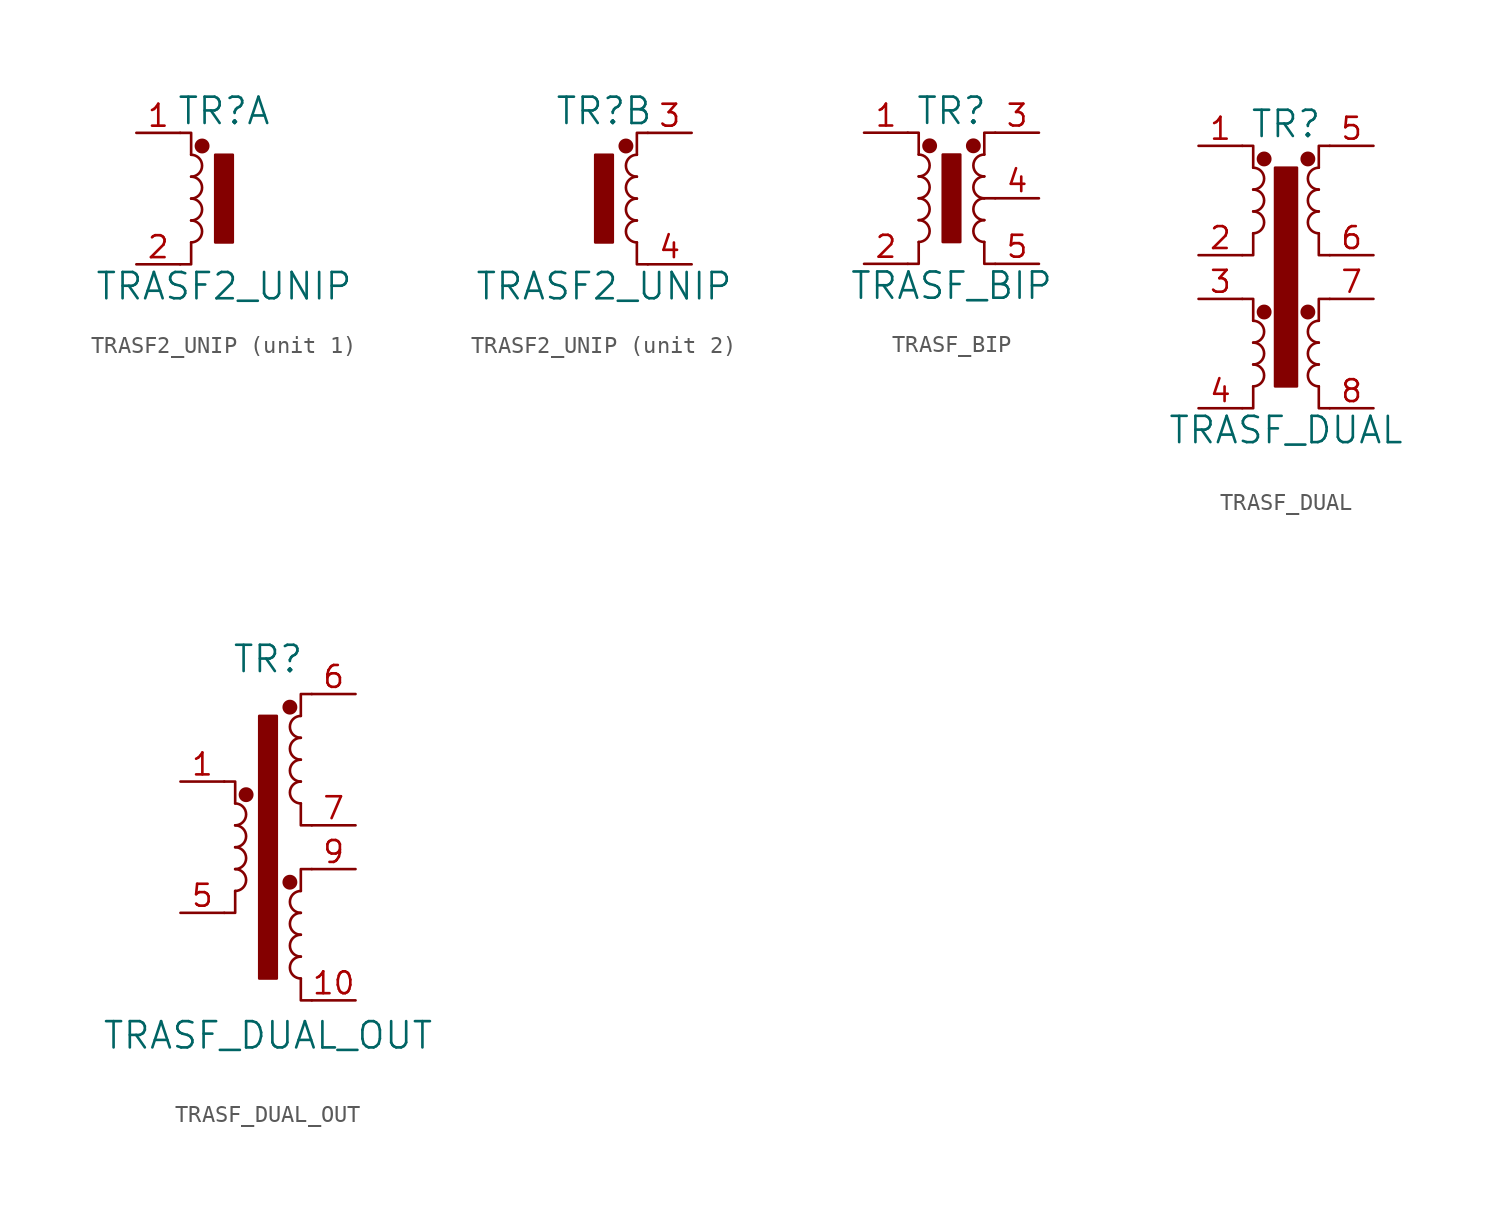
<source format=kicad_sym>
(kicad_symbol_lib
  (version 20220914)
  (generator kicad_symbol_editor)
  (symbol "TRASF2_UNIP"
    (pin_names
      (offset 1.016))
    (property "Reference" "TR"
      (at 0 5.08 0)
      (effects (font (size 1.524 1.524))))
    (property "Value" "TRASF2_UNIP"
      (at 0 -5.08 0)
      (effects (font (size 1.524 1.524))))
    (property "Footprint" ""
      (at 0 0 0)
      (effects (font (size 1.524 1.524))))
    (property "Datasheet" ""
      (at 0 0 0)
      (effects (font (size 1.524 1.524))))
    (property "ki_locked" ""
      (at 0 0 0)
      (effects (font (size 1.27 1.27))))
    (symbol "TRASF2_UNIP_0_1"
      (rectangle (start -0.508 2.54) (end 0.508 -2.54) (stroke (width 0) (type solid)) (fill (type outline))))
    (symbol "TRASF2_UNIP_1_1"
      (arc (start -1.905 -2.54) (mid -1.2727 -1.905) (end -1.905 -1.27) (stroke (width 0) (type solid)) (fill (type none)))
      (arc (start -1.905 -1.27) (mid -1.2727 -0.635) (end -1.905 0) (stroke (width 0) (type solid)) (fill (type none)))
      (arc (start -1.905 0) (mid -1.2727 0.635) (end -1.905 1.27) (stroke (width 0) (type solid)) (fill (type none)))
      (arc (start -1.905 1.27) (mid -1.2727 1.905) (end -1.905 2.54) (stroke (width 0) (type solid)) (fill (type none)))
      (circle (center -1.27 3.048) (radius 0.356) (stroke (width 0) (type solid)) (fill (type outline)))
      (polyline (pts (xy -1.905 -2.54) (xy -1.905 -3.81) (xy -2.54 -3.81) (xy -2.54 -3.81)) (stroke (width 0) (type solid)) (fill (type none)))
      (polyline (pts (xy -1.905 2.54) (xy -1.905 3.81) (xy -2.54 3.81) (xy -2.54 3.81)) (stroke (width 0) (type solid)) (fill (type none)))
      (pin input line (at -5.08 3.81 0) (length 2.54) (name "~" (effects (font (size 1.27 1.27)))) (number "1" (effects (font (size 1.27 1.27)))))
      (pin input line (at -5.08 -3.81 0) (length 2.54) (name "~" (effects (font (size 1.27 1.27)))) (number "2" (effects (font (size 1.27 1.27))))))
    (symbol "TRASF2_UNIP_2_1"
      (polyline (pts (xy 1.905 -2.54) (xy 1.905 -3.81) (xy 2.54 -3.81) (xy 2.54 -3.81)) (stroke (width 0) (type solid)) (fill (type none)))
      (polyline (pts (xy 1.905 2.54) (xy 1.905 3.81) (xy 2.54 3.81) (xy 2.54 3.81)) (stroke (width 0) (type solid)) (fill (type none)))
      (circle (center 1.27 3.048) (radius 0.356) (stroke (width 0) (type solid)) (fill (type outline)))
      (arc (start 1.905 -1.27) (mid 1.2727 -1.905) (end 1.905 -2.54) (stroke (width 0) (type solid)) (fill (type none)))
      (arc (start 1.905 0) (mid 1.2727 -0.635) (end 1.905 -1.27) (stroke (width 0) (type solid)) (fill (type none)))
      (arc (start 1.905 1.27) (mid 1.2727 0.635) (end 1.905 0) (stroke (width 0) (type solid)) (fill (type none)))
      (arc (start 1.905 2.54) (mid 1.2727 1.905) (end 1.905 1.27) (stroke (width 0) (type solid)) (fill (type none)))
      (pin input line (at 5.08 3.81 180) (length 2.54) (name "~" (effects (font (size 1.27 1.27)))) (number "3" (effects (font (size 1.27 1.27)))))
      (pin input line (at 5.08 -3.81 180) (length 2.54) (name "~" (effects (font (size 1.27 1.27)))) (number "4" (effects (font (size 1.27 1.27)))))))
  (symbol "TRASF_BIP"
    (pin_names
      (offset 1.016))
    (property "Reference" "TR"
      (at 0 5.08 0)
      (effects (font (size 1.524 1.524))))
    (property "Value" "TRASF_BIP"
      (at 0 -5.08 0)
      (effects (font (size 1.524 1.524))))
    (property "Footprint" ""
      (at 0 0 0)
      (effects (font (size 1.524 1.524))))
    (property "Datasheet" ""
      (at 0 0 0)
      (effects (font (size 1.524 1.524))))
    (symbol "TRASF_BIP_0_1"
      (arc (start -1.905 -2.54) (mid -1.2727 -1.905) (end -1.905 -1.27) (stroke (width 0) (type solid)) (fill (type none)))
      (arc (start -1.905 -1.27) (mid -1.2727 -0.635) (end -1.905 0) (stroke (width 0) (type solid)) (fill (type none)))
      (arc (start -1.905 0) (mid -1.2727 0.635) (end -1.905 1.27) (stroke (width 0) (type solid)) (fill (type none)))
      (arc (start -1.905 1.27) (mid -1.2727 1.905) (end -1.905 2.54) (stroke (width 0) (type solid)) (fill (type none)))
      (circle (center -1.27 3.048) (radius 0.356) (stroke (width 0) (type solid)) (fill (type outline)))
      (rectangle (start -0.508 2.54) (end 0.508 -2.54) (stroke (width 0) (type solid)) (fill (type outline)))
      (polyline (pts (xy 2.54 0) (xy 1.905 0) (xy 1.905 0)) (stroke (width 0) (type solid)) (fill (type none)))
      (polyline (pts (xy -1.905 -2.54) (xy -1.905 -3.81) (xy -2.54 -3.81) (xy -2.54 -3.81)) (stroke (width 0) (type solid)) (fill (type none)))
      (polyline (pts (xy -1.905 2.54) (xy -1.905 3.81) (xy -2.54 3.81) (xy -2.54 3.81)) (stroke (width 0) (type solid)) (fill (type none)))
      (polyline (pts (xy 1.905 -2.54) (xy 1.905 -3.81) (xy 2.54 -3.81) (xy 2.54 -3.81)) (stroke (width 0) (type solid)) (fill (type none)))
      (polyline (pts (xy 1.905 2.54) (xy 1.905 3.81) (xy 2.54 3.81) (xy 2.54 3.81)) (stroke (width 0) (type solid)) (fill (type none)))
      (circle (center 1.27 3.048) (radius 0.356) (stroke (width 0) (type solid)) (fill (type outline)))
      (arc (start 1.905 -1.27) (mid 1.2727 -1.905) (end 1.905 -2.54) (stroke (width 0) (type solid)) (fill (type none)))
      (arc (start 1.905 0) (mid 1.2727 -0.635) (end 1.905 -1.27) (stroke (width 0) (type solid)) (fill (type none)))
      (arc (start 1.905 1.27) (mid 1.2727 0.635) (end 1.905 0) (stroke (width 0) (type solid)) (fill (type none)))
      (arc (start 1.905 2.54) (mid 1.2727 1.905) (end 1.905 1.27) (stroke (width 0) (type solid)) (fill (type none))))
    (symbol "TRASF_BIP_1_1"
      (pin input line (at -5.08 3.81 0) (length 2.54) (name "~" (effects (font (size 1.27 1.27)))) (number "1" (effects (font (size 1.27 1.27)))))
      (pin input line (at -5.08 -3.81 0) (length 2.54) (name "~" (effects (font (size 1.27 1.27)))) (number "2" (effects (font (size 1.27 1.27)))))
      (pin input line (at 5.08 3.81 180) (length 2.54) (name "~" (effects (font (size 1.27 1.27)))) (number "3" (effects (font (size 1.27 1.27)))))
      (pin input line (at 5.08 0 180) (length 2.54) (name "~" (effects (font (size 1.27 1.27)))) (number "4" (effects (font (size 1.27 1.27)))))
      (pin input line (at 5.08 -3.81 180) (length 2.54) (name "~" (effects (font (size 1.27 1.27)))) (number "5" (effects (font (size 1.27 1.27)))))))
  (symbol "TRASF_DUAL"
    (pin_names
      (offset 1.016))
    (property "Reference" "TR"
      (at 0 8.89 0)
      (effects (font (size 1.524 1.524))))
    (property "Value" "TRASF_DUAL"
      (at 0 -8.89 0)
      (effects (font (size 1.524 1.524))))
    (property "Footprint" ""
      (at 0 0 0)
      (effects (font (size 1.524 1.524))))
    (property "Datasheet" ""
      (at 0 0 0)
      (effects (font (size 1.524 1.524))))
    (symbol "TRASF_DUAL_0_1"
      (arc (start -1.905 -6.35) (mid -1.2727 -5.715) (end -1.905 -5.08) (stroke (width 0) (type solid)) (fill (type none)))
      (arc (start -1.905 -5.08) (mid -1.2727 -4.445) (end -1.905 -3.81) (stroke (width 0) (type solid)) (fill (type none)))
      (arc (start -1.905 -3.81) (mid -1.2727 -3.175) (end -1.905 -2.54) (stroke (width 0) (type solid)) (fill (type none)))
      (arc (start -1.905 2.54) (mid -1.2727 3.175) (end -1.905 3.81) (stroke (width 0) (type solid)) (fill (type none)))
      (arc (start -1.905 3.81) (mid -1.2727 4.445) (end -1.905 5.08) (stroke (width 0) (type solid)) (fill (type none)))
      (arc (start -1.905 5.08) (mid -1.2727 5.715) (end -1.905 6.35) (stroke (width 0) (type solid)) (fill (type none)))
      (circle (center -1.27 -2.032) (radius 0.356) (stroke (width 0) (type solid)) (fill (type outline)))
      (circle (center -1.27 6.858) (radius 0.356) (stroke (width 0) (type solid)) (fill (type outline)))
      (polyline (pts (xy -1.905 -6.35) (xy -1.905 -7.62) (xy -2.54 -7.62) (xy -2.54 -7.62)) (stroke (width 0) (type solid)) (fill (type none)))
      (polyline (pts (xy -1.905 -2.54) (xy -1.905 -1.27) (xy -2.54 -1.27) (xy -2.54 -1.27)) (stroke (width 0) (type solid)) (fill (type none)))
      (polyline (pts (xy -1.905 2.54) (xy -1.905 1.27) (xy -2.54 1.27) (xy -2.54 1.27)) (stroke (width 0) (type solid)) (fill (type none)))
      (polyline (pts (xy -1.905 6.35) (xy -1.905 7.62) (xy -2.54 7.62) (xy -2.54 7.62)) (stroke (width 0) (type solid)) (fill (type none)))
      (polyline (pts (xy 1.905 -6.35) (xy 1.905 -7.62) (xy 2.54 -7.62) (xy 2.54 -7.62)) (stroke (width 0) (type solid)) (fill (type none)))
      (polyline (pts (xy 1.905 -2.54) (xy 1.905 -1.27) (xy 2.54 -1.27) (xy 2.54 -1.27)) (stroke (width 0) (type solid)) (fill (type none)))
      (polyline (pts (xy 1.905 2.54) (xy 1.905 1.27) (xy 2.54 1.27) (xy 2.54 1.27)) (stroke (width 0) (type solid)) (fill (type none)))
      (polyline (pts (xy 1.905 6.35) (xy 1.905 7.62) (xy 2.54 7.62) (xy 2.54 7.62)) (stroke (width 0) (type solid)) (fill (type none)))
      (rectangle (start 0.635 6.35) (end -0.635 -6.35) (stroke (width 0) (type solid)) (fill (type outline)))
      (circle (center 1.27 -2.032) (radius 0.356) (stroke (width 0) (type solid)) (fill (type outline)))
      (circle (center 1.27 6.858) (radius 0.356) (stroke (width 0) (type solid)) (fill (type outline)))
      (arc (start 1.905 -5.08) (mid 1.2727 -5.715) (end 1.905 -6.35) (stroke (width 0) (type solid)) (fill (type none)))
      (arc (start 1.905 -3.81) (mid 1.2727 -4.445) (end 1.905 -5.08) (stroke (width 0) (type solid)) (fill (type none)))
      (arc (start 1.905 -2.54) (mid 1.2727 -3.175) (end 1.905 -3.81) (stroke (width 0) (type solid)) (fill (type none)))
      (arc (start 1.905 3.81) (mid 1.2727 3.175) (end 1.905 2.54) (stroke (width 0) (type solid)) (fill (type none)))
      (arc (start 1.905 5.08) (mid 1.2727 4.445) (end 1.905 3.81) (stroke (width 0) (type solid)) (fill (type none)))
      (arc (start 1.905 6.35) (mid 1.2727 5.715) (end 1.905 5.08) (stroke (width 0) (type solid)) (fill (type none))))
    (symbol "TRASF_DUAL_1_1"
      (pin input line (at -5.08 7.62 0) (length 2.54) (name "~" (effects (font (size 1.27 1.27)))) (number "1" (effects (font (size 1.27 1.27)))))
      (pin input line (at -5.08 1.27 0) (length 2.54) (name "~" (effects (font (size 1.27 1.27)))) (number "2" (effects (font (size 1.27 1.27)))))
      (pin input line (at -5.08 -1.27 0) (length 2.54) (name "~" (effects (font (size 1.27 1.27)))) (number "3" (effects (font (size 1.27 1.27)))))
      (pin input line (at -5.08 -7.62 0) (length 2.54) (name "~" (effects (font (size 1.27 1.27)))) (number "4" (effects (font (size 1.27 1.27)))))
      (pin input line (at 5.08 7.62 180) (length 2.54) (name "~" (effects (font (size 1.27 1.27)))) (number "5" (effects (font (size 1.27 1.27)))))
      (pin input line (at 5.08 1.27 180) (length 2.54) (name "~" (effects (font (size 1.27 1.27)))) (number "6" (effects (font (size 1.27 1.27)))))
      (pin input line (at 5.08 -1.27 180) (length 2.54) (name "~" (effects (font (size 1.27 1.27)))) (number "7" (effects (font (size 1.27 1.27)))))
      (pin input line (at 5.08 -7.62 180) (length 2.54) (name "~" (effects (font (size 1.27 1.27)))) (number "8" (effects (font (size 1.27 1.27)))))))
  (symbol "TRASF_DUAL_OUT"
    (pin_names
      (offset 1.016))
    (property "Reference" "TR"
      (at 0 10.922 0)
      (effects (font (size 1.524 1.524))))
    (property "Value" "TRASF_DUAL_OUT"
      (at 0 -10.922 0)
      (effects (font (size 1.524 1.524))))
    (property "Footprint" ""
      (at 0 0 0)
      (effects (font (size 1.524 1.524))))
    (property "Datasheet" ""
      (at 0 0 0)
      (effects (font (size 1.524 1.524))))
    (symbol "TRASF_DUAL_OUT_0_1"
      (arc (start -1.905 -2.54) (mid -1.2727 -1.905) (end -1.905 -1.27) (stroke (width 0) (type solid)) (fill (type none)))
      (arc (start -1.905 -1.27) (mid -1.2727 -0.635) (end -1.905 0) (stroke (width 0) (type solid)) (fill (type none)))
      (arc (start -1.905 0) (mid -1.2727 0.635) (end -1.905 1.27) (stroke (width 0) (type solid)) (fill (type none)))
      (arc (start -1.905 1.27) (mid -1.2727 1.905) (end -1.905 2.54) (stroke (width 0) (type solid)) (fill (type none)))
      (circle (center -1.27 3.048) (radius 0.356) (stroke (width 0) (type solid)) (fill (type outline)))
      (polyline (pts (xy -1.905 -2.54) (xy -1.905 -3.81) (xy -2.54 -3.81) (xy -2.54 -3.81)) (stroke (width 0) (type solid)) (fill (type none)))
      (polyline (pts (xy -1.905 2.54) (xy -1.905 3.81) (xy -2.54 3.81) (xy -2.54 3.81)) (stroke (width 0) (type solid)) (fill (type none)))
      (polyline (pts (xy 1.905 -7.62) (xy 1.905 -8.89) (xy 2.54 -8.89) (xy 2.54 -8.89)) (stroke (width 0) (type solid)) (fill (type none)))
      (polyline (pts (xy 1.905 -2.54) (xy 1.905 -1.27) (xy 2.54 -1.27) (xy 2.54 -1.27)) (stroke (width 0) (type solid)) (fill (type none)))
      (polyline (pts (xy 1.905 2.54) (xy 1.905 1.27) (xy 2.54 1.27) (xy 2.54 1.27)) (stroke (width 0) (type solid)) (fill (type none)))
      (polyline (pts (xy 1.905 7.62) (xy 1.905 8.89) (xy 2.54 8.89) (xy 2.54 8.89)) (stroke (width 0) (type solid)) (fill (type none)))
      (rectangle (start 0.508 7.62) (end -0.508 -7.62) (stroke (width 0) (type solid)) (fill (type outline)))
      (circle (center 1.27 -2.032) (radius 0.356) (stroke (width 0) (type solid)) (fill (type outline)))
      (circle (center 1.27 8.128) (radius 0.356) (stroke (width 0) (type solid)) (fill (type outline)))
      (arc (start 1.905 -6.35) (mid 1.2727 -6.985) (end 1.905 -7.62) (stroke (width 0) (type solid)) (fill (type none)))
      (arc (start 1.905 -5.08) (mid 1.2727 -5.715) (end 1.905 -6.35) (stroke (width 0) (type solid)) (fill (type none)))
      (arc (start 1.905 -3.81) (mid 1.2727 -4.445) (end 1.905 -5.08) (stroke (width 0) (type solid)) (fill (type none)))
      (arc (start 1.905 -2.54) (mid 1.2727 -3.175) (end 1.905 -3.81) (stroke (width 0) (type solid)) (fill (type none)))
      (arc (start 1.905 3.81) (mid 1.2727 3.175) (end 1.905 2.54) (stroke (width 0) (type solid)) (fill (type none)))
      (arc (start 1.905 5.08) (mid 1.2727 4.445) (end 1.905 3.81) (stroke (width 0) (type solid)) (fill (type none)))
      (arc (start 1.905 6.35) (mid 1.2727 5.715) (end 1.905 5.08) (stroke (width 0) (type solid)) (fill (type none)))
      (arc (start 1.905 7.62) (mid 1.2727 6.985) (end 1.905 6.35) (stroke (width 0) (type solid)) (fill (type none))))
    (symbol "TRASF_DUAL_OUT_1_1"
      (pin input line (at -5.08 3.81 0) (length 2.54) (name "~" (effects (font (size 1.27 1.27)))) (number "1" (effects (font (size 1.27 1.27)))))
      (pin input line (at 5.08 -8.89 180) (length 2.54) (name "~" (effects (font (size 1.27 1.27)))) (number "10" (effects (font (size 1.27 1.27)))))
      (pin input line (at -5.08 -3.81 0) (length 2.54) (name "~" (effects (font (size 1.27 1.27)))) (number "5" (effects (font (size 1.27 1.27)))))
      (pin input line (at 5.08 8.89 180) (length 2.54) (name "~" (effects (font (size 1.27 1.27)))) (number "6" (effects (font (size 1.27 1.27)))))
      (pin input line (at 5.08 1.27 180) (length 2.54) (name "~" (effects (font (size 1.27 1.27)))) (number "7" (effects (font (size 1.27 1.27)))))
      (pin input line (at 5.08 -1.27 180) (length 2.54) (name "~" (effects (font (size 1.27 1.27)))) (number "9" (effects (font (size 1.27 1.27))))))))
</source>
